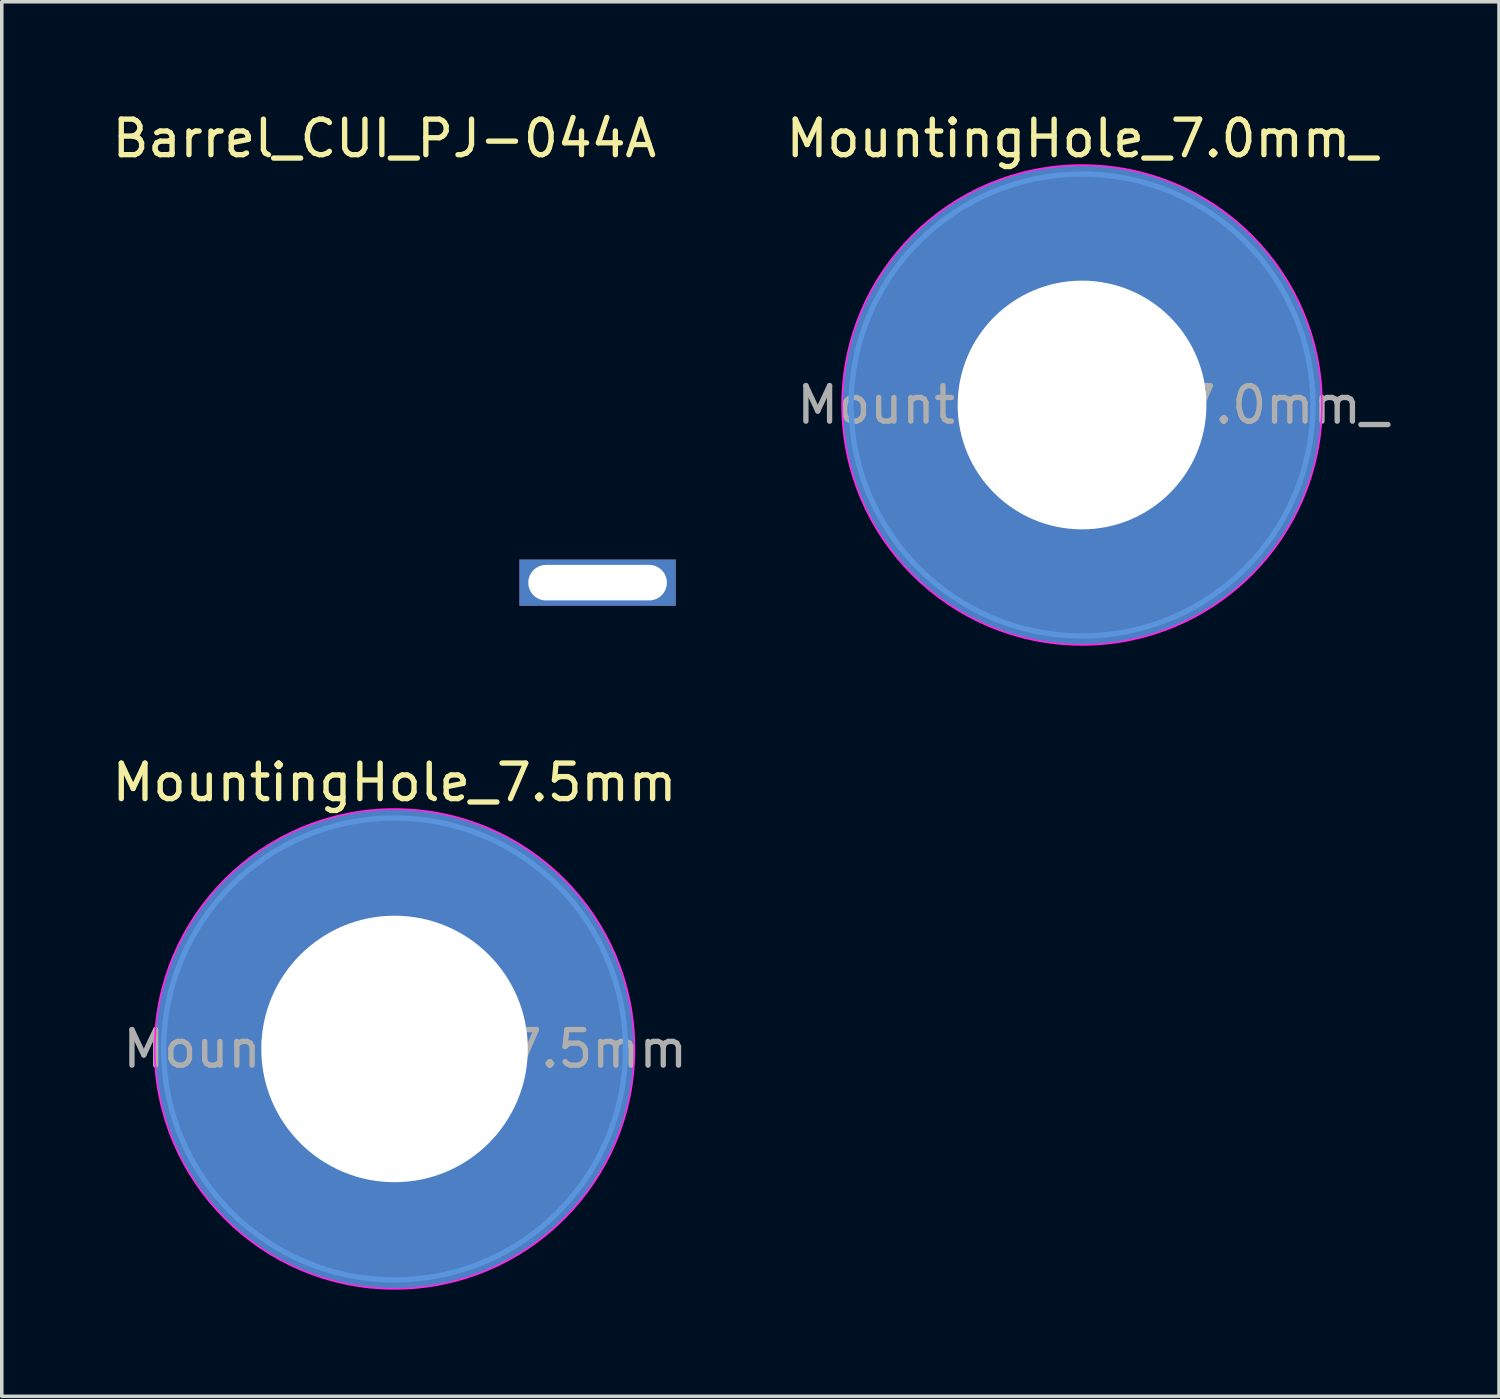
<source format=kicad_pcb>
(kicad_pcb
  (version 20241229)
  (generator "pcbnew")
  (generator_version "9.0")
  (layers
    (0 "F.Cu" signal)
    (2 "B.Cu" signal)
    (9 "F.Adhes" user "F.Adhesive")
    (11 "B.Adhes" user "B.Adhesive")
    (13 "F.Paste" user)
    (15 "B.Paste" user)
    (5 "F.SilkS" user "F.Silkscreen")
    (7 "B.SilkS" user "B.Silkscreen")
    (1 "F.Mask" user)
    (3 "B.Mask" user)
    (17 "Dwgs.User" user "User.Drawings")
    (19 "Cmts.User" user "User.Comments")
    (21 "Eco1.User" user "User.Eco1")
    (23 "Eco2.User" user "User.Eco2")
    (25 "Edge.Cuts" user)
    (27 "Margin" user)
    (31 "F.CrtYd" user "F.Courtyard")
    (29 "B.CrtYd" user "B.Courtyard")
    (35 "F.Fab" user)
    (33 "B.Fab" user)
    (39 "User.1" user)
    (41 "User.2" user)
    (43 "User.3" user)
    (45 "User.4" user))
  (footprint "MountingHole_7.5mm"
    (layer "F.Cu")
    (at 8.054 26.471)
    (property "Reference" "MountingHole_7.5mm" (at 0 -7.5 0) (layer "F.SilkS") (effects (font (size 1 1) (thickness 0.15))))
    (attr exclude_from_pos_files exclude_from_bom)
    (fp_circle (center 0 0) (end 6.5 0) (stroke (width 0.15) (type solid)) (fill no) (layer "Cmts.User"))
    (fp_circle (center 0 0) (end 6.75 0) (stroke (width 0.05) (type solid)) (fill no) (layer "F.CrtYd"))
    (fp_text user "${REFERENCE}" (at 0.3 0 0) (layer "F.Fab") (effects (font (size 1 1) (thickness 0.15))))
    (pad "1" thru_hole circle (at 0 0) (size 13.5 13.5) (drill 7.5) (layers "*.Cu" "*.Mask")))
  (footprint "Barrel_CUI_PJ-044A"
    (layer "F.Cu")
    (at 13.768 13.348)
    (property "Reference" "Barrel_CUI_PJ-044A" (at -6 -12.5 0) (layer "F.SilkS") (effects (font (size 1 1) (thickness 0.15))))
    (attr through_hole)
    (pad "1" thru_hole rect (at 0 0) (size 4.4 1.3) (drill oval 3.9 1) (layers "*.Cu" "*.Mask")))
  (footprint "MountingHole_7.0mm_"
    (layer "F.Cu")
    (at 27.402 8.348)
    (property "Reference" "MountingHole_7.0mm_" (at 0 -7.5 0) (layer "F.SilkS") (effects (font (size 1 1) (thickness 0.15))))
    (attr exclude_from_pos_files exclude_from_bom)
    (fp_circle (center 0 0) (end 6.5 0) (stroke (width 0.15) (type solid)) (fill no) (layer "Cmts.User"))
    (fp_circle (center 0 0) (end 6.75 0) (stroke (width 0.05) (type solid)) (fill no) (layer "F.CrtYd"))
    (fp_text user "${REFERENCE}" (at 0.3 0 0) (layer "F.Fab") (effects (font (size 1 1) (thickness 0.15))))
    (pad "1" thru_hole circle (at 0 0) (size 13.5 13.5) (drill 7) (layers "*.Cu" "*.Mask")))
  (gr_rect
    (start -3 -3)
    (end 39.137 36.246)
    (stroke (width 0.1) (type default))
    (fill no)
    (layer "Edge.Cuts")))
</source>
